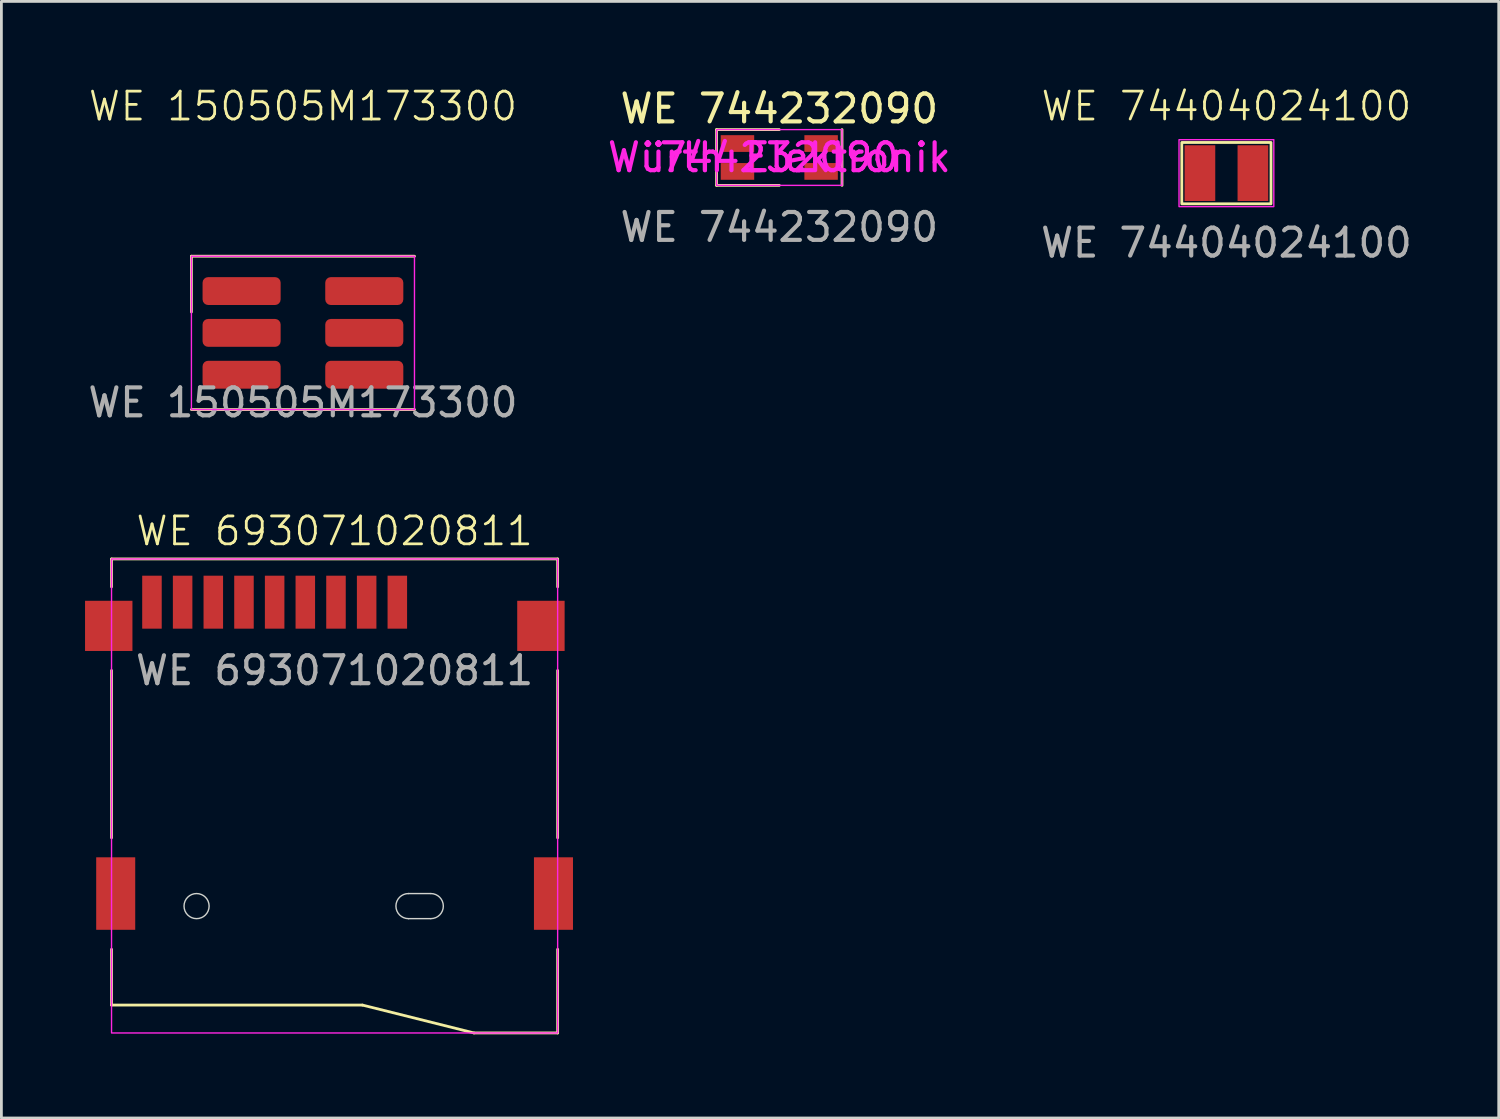
<source format=kicad_pcb>
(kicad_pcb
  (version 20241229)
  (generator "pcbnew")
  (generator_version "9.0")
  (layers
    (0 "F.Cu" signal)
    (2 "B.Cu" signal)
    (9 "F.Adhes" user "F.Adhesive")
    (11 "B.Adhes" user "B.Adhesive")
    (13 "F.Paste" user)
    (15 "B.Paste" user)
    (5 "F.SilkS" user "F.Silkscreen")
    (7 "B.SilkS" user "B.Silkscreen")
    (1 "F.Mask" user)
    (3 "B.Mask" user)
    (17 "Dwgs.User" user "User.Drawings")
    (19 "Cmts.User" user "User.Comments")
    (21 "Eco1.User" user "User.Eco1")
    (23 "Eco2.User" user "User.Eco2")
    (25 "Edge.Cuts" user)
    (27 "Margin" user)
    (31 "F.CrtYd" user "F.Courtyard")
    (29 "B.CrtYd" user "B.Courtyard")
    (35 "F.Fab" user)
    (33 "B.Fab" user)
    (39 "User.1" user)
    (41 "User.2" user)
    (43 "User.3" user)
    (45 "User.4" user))
  (footprint "WE 150505M173300"
    (layer "F.Cu")
    (at 7.815 8.889)
    (property "Reference" "WE 150505M173300" (at 0 -8.128 0) (unlocked yes) (layer "F.SilkS") (effects (font (size 1 1) (thickness 0.1))))
    (attr smd)
    (fp_line (start -4 -2.75) (end 4 -2.75) (stroke (width 0.1) (type default)) (layer "F.SilkS"))
    (fp_line (start -4 -0.75) (end -4 -2.75) (stroke (width 0.1) (type default)) (layer "F.SilkS"))
    (fp_line (start -4 2.75) (end 4 2.75) (stroke (width 0.1) (type default)) (layer "F.SilkS"))
    (fp_rect (start -4 -2.75) (end 4 2.75) (stroke (width 0.05) (type default)) (fill no) (layer "F.CrtYd"))
    (fp_text user "${REFERENCE}" (at 0 2.5 0) (unlocked yes) (layer "F.Fab") (effects (font (size 1 1) (thickness 0.15))))
    (pad "1" smd roundrect (at -2.2 -1.5) (size 2.8 1) (layers "F.Cu" "F.Mask" "F.Paste") (roundrect_rratio 0.2))
    (pad "2" smd roundrect (at 2.2 -1.5) (size 2.8 1) (layers "F.Cu" "F.Mask" "F.Paste") (roundrect_rratio 0.2))
    (pad "3" smd roundrect (at -2.2 0) (size 2.8 1) (layers "F.Cu" "F.Mask" "F.Paste") (roundrect_rratio 0.2))
    (pad "4" smd roundrect (at 2.2 0) (size 2.8 1) (layers "F.Cu" "F.Mask" "F.Paste") (roundrect_rratio 0.2))
    (pad "5" smd roundrect (at -2.2 1.5) (size 2.8 1) (layers "F.Cu" "F.Mask" "F.Paste") (roundrect_rratio 0.2))
    (pad "6" smd roundrect (at 2.2 1.5) (size 2.8 1) (layers "F.Cu" "F.Mask" "F.Paste") (roundrect_rratio 0.2)))
  (footprint "WE 693071020811"
    (layer "F.Cu")
    (at 8.95 28.997)
    (property "Reference" "WE 693071020811" (at 0 -13 0) (unlocked yes) (layer "F.SilkS") (effects (font (size 1 1) (thickness 0.1))))
    (attr smd)
    (fp_line (start -8 -12) (end 8 -12) (stroke (width 0.1) (type default)) (layer "F.SilkS"))
    (fp_line (start -8 -11) (end -8 -12) (stroke (width 0.1) (type default)) (layer "F.SilkS"))
    (fp_line (start -8 -8) (end -8 -2) (stroke (width 0.1) (type default)) (layer "F.SilkS"))
    (fp_line (start -8 2) (end -8 4) (stroke (width 0.1) (type default)) (layer "F.SilkS"))
    (fp_line (start -8 4) (end 1 4) (stroke (width 0.1) (type default)) (layer "F.SilkS"))
    (fp_line (start 1 4) (end 5 5) (stroke (width 0.1) (type default)) (layer "F.SilkS"))
    (fp_line (start 5 5) (end 8 5) (stroke (width 0.1) (type default)) (layer "F.SilkS"))
    (fp_line (start 8 -12) (end 8 -11) (stroke (width 0.1) (type default)) (layer "F.SilkS"))
    (fp_line (start 8 -8) (end 8 -2) (stroke (width 0.1) (type default)) (layer "F.SilkS"))
    (fp_line (start 8 5) (end 8 2) (stroke (width 0.1) (type default)) (layer "F.SilkS"))
    (fp_line (start 2.65 0) (end 3.45 0) (stroke (width 0.05) (type default)) (layer "Edge.Cuts"))
    (fp_line (start 3.45 0.9) (end 2.65 0.9) (stroke (width 0.05) (type default)) (layer "Edge.Cuts"))
    (fp_arc (start 2.65 0.9) (mid 2.2 0.45) (end 2.65 0) (stroke (width 0.05) (type default)) (layer "Edge.Cuts"))
    (fp_arc (start 3.45 0) (mid 3.9 0.45) (end 3.45 0.9) (stroke (width 0.05) (type default)) (layer "Edge.Cuts"))
    (fp_circle (center -4.95 0.45) (end -4.5 0.45) (stroke (width 0.05) (type default)) (fill no) (layer "Edge.Cuts"))
    (fp_rect (start -8 -12) (end 8 5) (stroke (width 0.05) (type default)) (fill no) (layer "F.CrtYd"))
    (fp_text user "${REFERENCE}" (at 0 -8 0) (unlocked yes) (layer "F.Fab") (effects (font (size 1 1) (thickness 0.15))))
    (pad "1" smd rect (at 2.25 -10.45) (size 0.7 1.9) (layers "F.Cu" "F.Mask" "F.Paste"))
    (pad "2" smd rect (at 1.15 -10.45) (size 0.7 1.9) (layers "F.Cu" "F.Mask" "F.Paste"))
    (pad "3" smd rect (at 0.05 -10.45) (size 0.7 1.9) (layers "F.Cu" "F.Mask" "F.Paste"))
    (pad "4" smd rect (at -1.05 -10.45) (size 0.7 1.9) (layers "F.Cu" "F.Mask" "F.Paste"))
    (pad "5" smd rect (at -2.15 -10.45) (size 0.7 1.9) (layers "F.Cu" "F.Mask" "F.Paste"))
    (pad "6" smd rect (at -3.25 -10.45) (size 0.7 1.9) (layers "F.Cu" "F.Mask" "F.Paste"))
    (pad "7" smd rect (at -4.35 -10.45) (size 0.7 1.9) (layers "F.Cu" "F.Mask" "F.Paste"))
    (pad "8" smd rect (at -5.45 -10.45) (size 0.7 1.9) (layers "F.Cu" "F.Mask" "F.Paste"))
    (pad "9" smd rect (at -6.55 -10.45) (size 0.7 1.9) (layers "F.Cu" "F.Mask" "F.Paste"))
    (pad "10" smd rect (at -8.1 -9.6) (size 1.7 1.8) (layers "F.Cu" "F.Mask" "F.Paste"))
    (pad "11" smd rect (at 7.4 -9.6) (size 1.7 1.8) (layers "F.Cu" "F.Mask" "F.Paste"))
    (pad "12" smd rect (at -7.85 0) (size 1.4 2.6) (layers "F.Cu" "F.Mask" "F.Paste"))
    (pad "13" smd rect (at 7.85 0) (size 1.4 2.6) (layers "F.Cu" "F.Mask" "F.Paste")))
  (footprint "WE 744232090"
    (layer "F.Cu")
    (at 24.899 2.598)
    (property "Reference" "WE 744232090" (at 0 -1.75 0) (unlocked yes) (layer "F.SilkS") (effects (font (size 1 1) (thickness 0.15))))
    (property "PN" "744232090" (at 0 0 0) (unlocked yes) (layer "F.CrtYd") (effects (font (size 1 1) (thickness 0.15))))
    (property "MANUFACTURER" "Würth Elektronik" (at 0 0 0) (unlocked yes) (layer "F.CrtYd") (effects (font (size 1 1) (thickness 0.15))))
    (attr smd)
    (fp_line (start -2.25 -1) (end -2.25 1) (stroke (width 0.1) (type default)) (layer "F.SilkS"))
    (fp_line (start -2.25 1) (end 0 1) (stroke (width 0.1) (type default)) (layer "F.SilkS"))
    (fp_line (start 0 -1) (end -2.25 -1) (stroke (width 0.1) (type default)) (layer "F.SilkS"))
    (fp_line (start 2.25 -1) (end 2.25 1) (stroke (width 0.1) (type default)) (layer "F.SilkS"))
    (fp_rect (start -2.25 -1) (end 2.25 1) (stroke (width 0.05) (type default)) (fill no) (layer "F.CrtYd"))
    (fp_text user "${REFERENCE}" (at 0 2.5 0) (unlocked yes) (layer "F.Fab") (effects (font (size 1 1) (thickness 0.15))))
    (pad "1" smd rect (at -1.5 0.5) (size 1.2 0.6) (layers "F.Cu" "F.Mask" "F.Paste"))
    (pad "2" smd rect (at 1.5 0.5) (size 1.2 0.6) (layers "F.Cu" "F.Mask" "F.Paste"))
    (pad "3" smd rect (at 1.5 -0.5) (size 1.2 0.6) (layers "F.Cu" "F.Mask" "F.Paste"))
    (pad "4" smd rect (at -1.5 -0.5) (size 1.2 0.6) (layers "F.Cu" "F.Mask" "F.Paste")))
  (footprint "WE 74404024100"
    (layer "F.Cu")
    (at 40.935 3.16)
    (property "Reference" "WE 74404024100" (at 0 -2.4 0) (unlocked yes) (layer "F.SilkS") (effects (font (size 1 1) (thickness 0.1))))
    (attr smd)
    (fp_rect (start -1.6 -1.1) (end 1.6 1.1) (stroke (width 0.1) (type default)) (fill no) (layer "F.SilkS"))
    (fp_rect (start -1.7 -1.2) (end 1.7 1.2) (stroke (width 0.05) (type default)) (fill no) (layer "F.CrtYd"))
    (fp_text user "${REFERENCE}" (at 0 2.5 0) (unlocked yes) (layer "F.Fab") (effects (font (size 1 1) (thickness 0.15))))
    (pad "1" smd rect (at -0.95 0) (size 1.1 2) (layers "F.Cu" "F.Mask" "F.Paste"))
    (pad "2" smd rect (at 0.95 0) (size 1.1 2) (layers "F.Cu" "F.Mask" "F.Paste")))
  (gr_rect
    (start -3 -3)
    (end 50.702 37.047)
    (stroke (width 0.1) (type default))
    (fill no)
    (layer "Edge.Cuts")))
</source>
